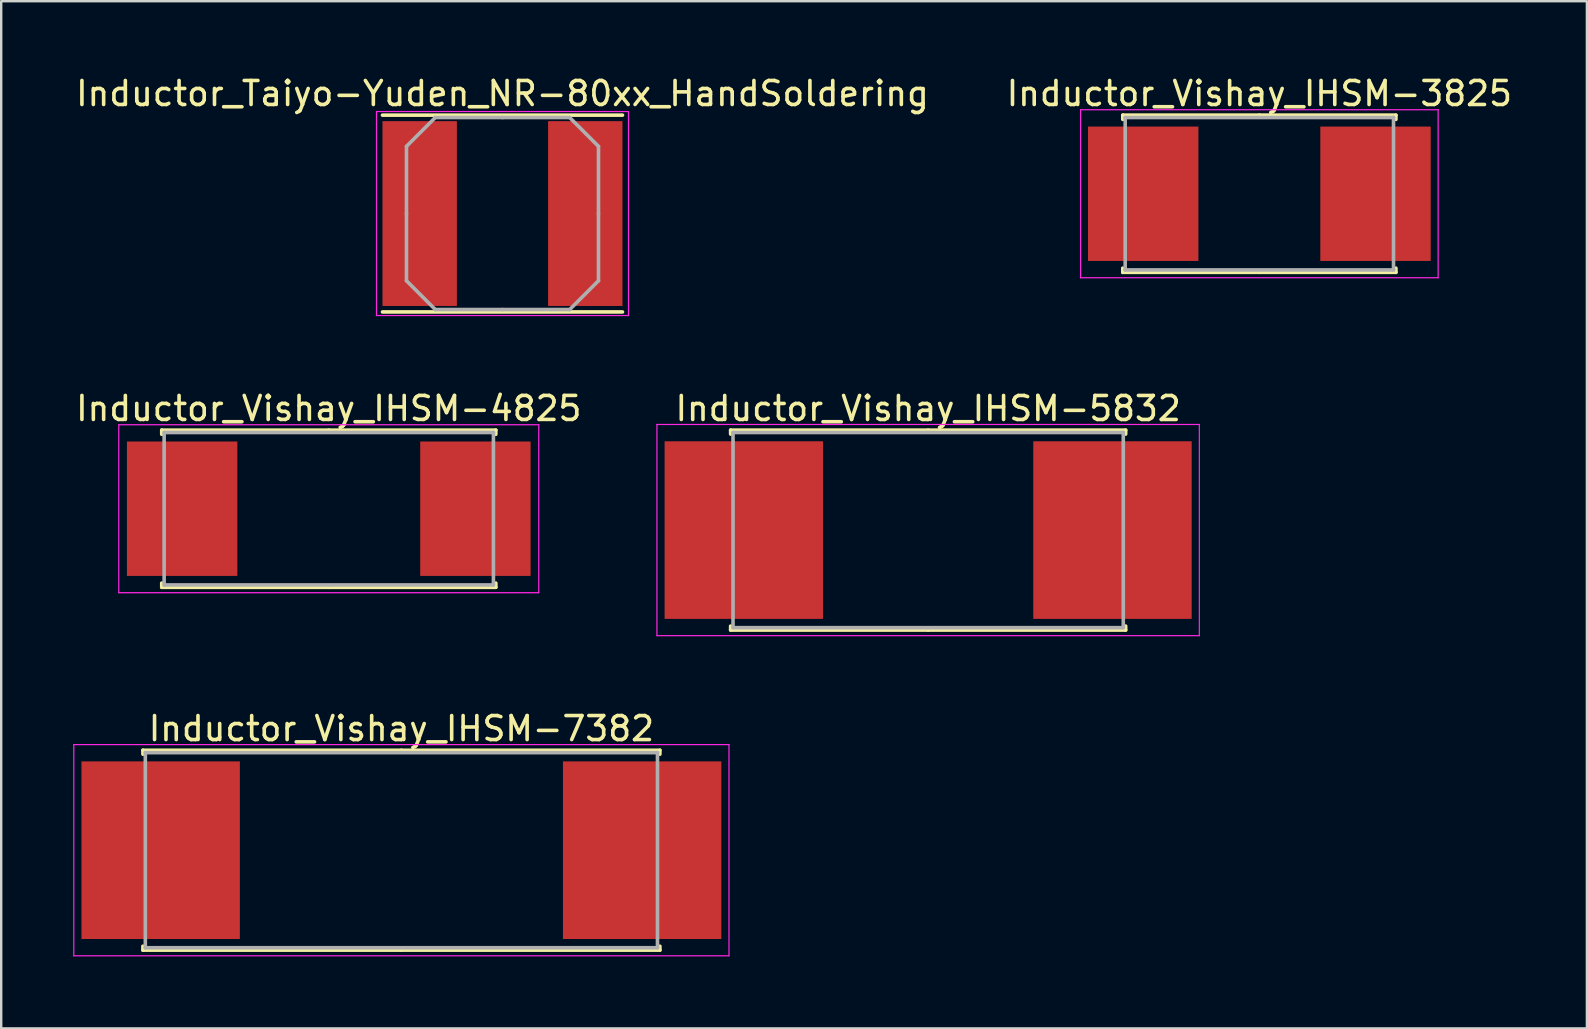
<source format=kicad_pcb>
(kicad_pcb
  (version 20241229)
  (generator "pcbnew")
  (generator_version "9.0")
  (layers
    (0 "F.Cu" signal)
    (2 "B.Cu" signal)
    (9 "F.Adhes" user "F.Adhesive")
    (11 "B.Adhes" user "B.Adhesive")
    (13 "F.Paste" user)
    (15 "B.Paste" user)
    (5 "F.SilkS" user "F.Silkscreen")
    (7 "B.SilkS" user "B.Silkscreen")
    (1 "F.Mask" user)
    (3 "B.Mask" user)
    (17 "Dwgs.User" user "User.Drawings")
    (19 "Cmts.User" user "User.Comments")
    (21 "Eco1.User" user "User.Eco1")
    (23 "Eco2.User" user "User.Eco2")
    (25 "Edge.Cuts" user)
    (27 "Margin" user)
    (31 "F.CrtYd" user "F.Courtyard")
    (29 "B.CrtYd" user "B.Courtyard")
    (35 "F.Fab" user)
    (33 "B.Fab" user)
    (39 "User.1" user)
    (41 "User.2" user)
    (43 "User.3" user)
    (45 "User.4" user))
  (footprint "Inductor_Vishay_IHSM-3825"
    (layer "F.Cu")
    (at 49.423 5.023)
    (property "Reference" "Inductor_Vishay_IHSM-3825" (at 0 -4.175 0) (layer "F.SilkS") (effects (font (size 1 1) (thickness 0.15))))
    (attr smd)
    (fp_line (start -5.69 -3.275) (end 0 -3.275) (stroke (width 0.15) (type solid)) (layer "F.SilkS"))
    (fp_line (start -5.69 -3.1) (end -5.69 -3.275) (stroke (width 0.15) (type solid)) (layer "F.SilkS"))
    (fp_line (start -5.69 3.1) (end -5.69 3.275) (stroke (width 0.15) (type solid)) (layer "F.SilkS"))
    (fp_line (start -5.69 3.275) (end 0 3.275) (stroke (width 0.15) (type solid)) (layer "F.SilkS"))
    (fp_line (start 5.69 -3.275) (end 0 -3.275) (stroke (width 0.15) (type solid)) (layer "F.SilkS"))
    (fp_line (start 5.69 -3.1) (end 5.69 -3.275) (stroke (width 0.15) (type solid)) (layer "F.SilkS"))
    (fp_line (start 5.69 3.1) (end 5.69 3.275) (stroke (width 0.15) (type solid)) (layer "F.SilkS"))
    (fp_line (start 5.69 3.275) (end 0 3.275) (stroke (width 0.15) (type solid)) (layer "F.SilkS"))
    (fp_line (start -7.45 -3.5) (end -7.45 3.5) (stroke (width 0.05) (type solid)) (layer "F.CrtYd"))
    (fp_line (start -7.45 3.5) (end 7.45 3.5) (stroke (width 0.05) (type solid)) (layer "F.CrtYd"))
    (fp_line (start 7.45 -3.5) (end -7.45 -3.5) (stroke (width 0.05) (type solid)) (layer "F.CrtYd"))
    (fp_line (start 7.45 3.5) (end 7.45 -3.5) (stroke (width 0.05) (type solid)) (layer "F.CrtYd"))
    (fp_line (start -5.59 -3.175) (end -5.59 3.175) (stroke (width 0.15) (type solid)) (layer "F.Fab"))
    (fp_line (start -5.59 3.175) (end 5.59 3.175) (stroke (width 0.15) (type solid)) (layer "F.Fab"))
    (fp_line (start 5.59 -3.175) (end -5.59 -3.175) (stroke (width 0.15) (type solid)) (layer "F.Fab"))
    (fp_line (start 5.59 3.175) (end 5.59 -3.175) (stroke (width 0.15) (type solid)) (layer "F.Fab"))
    (pad "1" smd rect (at -4.84 0) (size 4.6 5.6) (layers "F.Cu" "F.Mask" "F.Paste"))
    (pad "2" smd rect (at 4.84 0) (size 4.6 5.6) (layers "F.Cu" "F.Mask" "F.Paste")))
  (footprint "Inductor_Vishay_IHSM-7382"
    (layer "F.Cu")
    (at 13.675 32.375)
    (property "Reference" "Inductor_Vishay_IHSM-7382" (at 0 -5.065 0) (layer "F.SilkS") (effects (font (size 1 1) (thickness 0.15))))
    (attr smd)
    (fp_line (start -10.77 -4.165) (end 0 -4.165) (stroke (width 0.15) (type solid)) (layer "F.SilkS"))
    (fp_line (start -10.77 -4) (end -10.77 -4.165) (stroke (width 0.15) (type solid)) (layer "F.SilkS"))
    (fp_line (start -10.77 4) (end -10.77 4.165) (stroke (width 0.15) (type solid)) (layer "F.SilkS"))
    (fp_line (start -10.77 4.165) (end 0 4.165) (stroke (width 0.15) (type solid)) (layer "F.SilkS"))
    (fp_line (start 10.77 -4.165) (end 0 -4.165) (stroke (width 0.15) (type solid)) (layer "F.SilkS"))
    (fp_line (start 10.77 -4) (end 10.77 -4.165) (stroke (width 0.15) (type solid)) (layer "F.SilkS"))
    (fp_line (start 10.77 4) (end 10.77 4.165) (stroke (width 0.15) (type solid)) (layer "F.SilkS"))
    (fp_line (start 10.77 4.165) (end 0 4.165) (stroke (width 0.15) (type solid)) (layer "F.SilkS"))
    (fp_line (start -13.65 -4.4) (end -13.65 4.4) (stroke (width 0.05) (type solid)) (layer "F.CrtYd"))
    (fp_line (start -13.65 4.4) (end 13.65 4.4) (stroke (width 0.05) (type solid)) (layer "F.CrtYd"))
    (fp_line (start 13.65 -4.4) (end -13.65 -4.4) (stroke (width 0.05) (type solid)) (layer "F.CrtYd"))
    (fp_line (start 13.65 4.4) (end 13.65 -4.4) (stroke (width 0.05) (type solid)) (layer "F.CrtYd"))
    (fp_line (start -10.67 -4.065) (end -10.67 4.065) (stroke (width 0.15) (type solid)) (layer "F.Fab"))
    (fp_line (start -10.67 4.065) (end 10.67 4.065) (stroke (width 0.15) (type solid)) (layer "F.Fab"))
    (fp_line (start 10.67 -4.065) (end -10.67 -4.065) (stroke (width 0.15) (type solid)) (layer "F.Fab"))
    (fp_line (start 10.67 4.065) (end 10.67 -4.065) (stroke (width 0.15) (type solid)) (layer "F.Fab"))
    (pad "1" smd rect (at -10.031 0) (size 6.6 7.4) (layers "F.Cu" "F.Mask" "F.Paste"))
    (pad "2" smd rect (at 10.031 0) (size 6.6 7.4) (layers "F.Cu" "F.Mask" "F.Paste")))
  (footprint "Inductor_Vishay_IHSM-4825"
    (layer "F.Cu")
    (at 10.649 18.146)
    (property "Reference" "Inductor_Vishay_IHSM-4825" (at 0 -4.175 0) (layer "F.SilkS") (effects (font (size 1 1) (thickness 0.15))))
    (attr smd)
    (fp_line (start -6.96 -3.275) (end 0 -3.275) (stroke (width 0.15) (type solid)) (layer "F.SilkS"))
    (fp_line (start -6.96 -3.1) (end -6.96 -3.275) (stroke (width 0.15) (type solid)) (layer "F.SilkS"))
    (fp_line (start -6.96 3.1) (end -6.96 3.275) (stroke (width 0.15) (type solid)) (layer "F.SilkS"))
    (fp_line (start -6.96 3.275) (end 0 3.275) (stroke (width 0.15) (type solid)) (layer "F.SilkS"))
    (fp_line (start 6.96 -3.275) (end 0 -3.275) (stroke (width 0.15) (type solid)) (layer "F.SilkS"))
    (fp_line (start 6.96 -3.1) (end 6.96 -3.275) (stroke (width 0.15) (type solid)) (layer "F.SilkS"))
    (fp_line (start 6.96 3.1) (end 6.96 3.275) (stroke (width 0.15) (type solid)) (layer "F.SilkS"))
    (fp_line (start 6.96 3.275) (end 0 3.275) (stroke (width 0.15) (type solid)) (layer "F.SilkS"))
    (fp_line (start -8.75 -3.5) (end -8.75 3.5) (stroke (width 0.05) (type solid)) (layer "F.CrtYd"))
    (fp_line (start -8.75 3.5) (end 8.75 3.5) (stroke (width 0.05) (type solid)) (layer "F.CrtYd"))
    (fp_line (start 8.75 -3.5) (end -8.75 -3.5) (stroke (width 0.05) (type solid)) (layer "F.CrtYd"))
    (fp_line (start 8.75 3.5) (end 8.75 -3.5) (stroke (width 0.05) (type solid)) (layer "F.CrtYd"))
    (fp_line (start -6.86 -3.175) (end -6.86 3.175) (stroke (width 0.15) (type solid)) (layer "F.Fab"))
    (fp_line (start -6.86 3.175) (end 6.86 3.175) (stroke (width 0.15) (type solid)) (layer "F.Fab"))
    (fp_line (start 6.86 -3.175) (end -6.86 -3.175) (stroke (width 0.15) (type solid)) (layer "F.Fab"))
    (fp_line (start 6.86 3.175) (end 6.86 -3.175) (stroke (width 0.15) (type solid)) (layer "F.Fab"))
    (pad "1" smd rect (at -6.11 0) (size 4.6 5.6) (layers "F.Cu" "F.Mask" "F.Paste"))
    (pad "2" smd rect (at 6.11 0) (size 4.6 5.6) (layers "F.Cu" "F.Mask" "F.Paste")))
  (footprint "Inductor_Vishay_IHSM-5832"
    (layer "F.Cu")
    (at 35.623 19.037)
    (property "Reference" "Inductor_Vishay_IHSM-5832" (at 0 -5.065 0) (layer "F.SilkS") (effects (font (size 1 1) (thickness 0.15))))
    (attr smd)
    (fp_line (start -8.23 -4.165) (end 0 -4.165) (stroke (width 0.15) (type solid)) (layer "F.SilkS"))
    (fp_line (start -8.23 -4) (end -8.23 -4.165) (stroke (width 0.15) (type solid)) (layer "F.SilkS"))
    (fp_line (start -8.23 4) (end -8.23 4.165) (stroke (width 0.15) (type solid)) (layer "F.SilkS"))
    (fp_line (start -8.23 4.165) (end 0 4.165) (stroke (width 0.15) (type solid)) (layer "F.SilkS"))
    (fp_line (start 8.23 -4.165) (end 0 -4.165) (stroke (width 0.15) (type solid)) (layer "F.SilkS"))
    (fp_line (start 8.23 -4) (end 8.23 -4.165) (stroke (width 0.15) (type solid)) (layer "F.SilkS"))
    (fp_line (start 8.23 4) (end 8.23 4.165) (stroke (width 0.15) (type solid)) (layer "F.SilkS"))
    (fp_line (start 8.23 4.165) (end 0 4.165) (stroke (width 0.15) (type solid)) (layer "F.SilkS"))
    (fp_line (start -11.3 -4.4) (end -11.3 4.4) (stroke (width 0.05) (type solid)) (layer "F.CrtYd"))
    (fp_line (start -11.3 4.4) (end 11.3 4.4) (stroke (width 0.05) (type solid)) (layer "F.CrtYd"))
    (fp_line (start 11.3 -4.4) (end -11.3 -4.4) (stroke (width 0.05) (type solid)) (layer "F.CrtYd"))
    (fp_line (start 11.3 4.4) (end 11.3 -4.4) (stroke (width 0.05) (type solid)) (layer "F.CrtYd"))
    (fp_line (start -8.13 -4.065) (end -8.13 4.065) (stroke (width 0.15) (type solid)) (layer "F.Fab"))
    (fp_line (start -8.13 4.065) (end 8.13 4.065) (stroke (width 0.15) (type solid)) (layer "F.Fab"))
    (fp_line (start 8.13 -4.065) (end -8.13 -4.065) (stroke (width 0.15) (type solid)) (layer "F.Fab"))
    (fp_line (start 8.13 4.065) (end 8.13 -4.065) (stroke (width 0.15) (type solid)) (layer "F.Fab"))
    (pad "1" smd rect (at -7.681 0) (size 6.6 7.4) (layers "F.Cu" "F.Mask" "F.Paste"))
    (pad "2" smd rect (at 7.681 0) (size 6.6 7.4) (layers "F.Cu" "F.Mask" "F.Paste")))
  (footprint "Inductor_Taiyo-Yuden_NR-80xx_HandSoldering"
    (layer "F.Cu")
    (at 17.887 5.848)
    (property "Reference" "Inductor_Taiyo-Yuden_NR-80xx_HandSoldering" (at 0 -5 0) (layer "F.SilkS") (effects (font (size 1 1) (thickness 0.15))))
    (attr smd)
    (fp_line (start -5 -4.1) (end 5 -4.1) (stroke (width 0.15) (type solid)) (layer "F.SilkS"))
    (fp_line (start -5 4.1) (end 5 4.1) (stroke (width 0.15) (type solid)) (layer "F.SilkS"))
    (fp_line (start -5.25 -4.25) (end -5.25 4.25) (stroke (width 0.05) (type solid)) (layer "F.CrtYd"))
    (fp_line (start -5.25 4.25) (end 5.25 4.25) (stroke (width 0.05) (type solid)) (layer "F.CrtYd"))
    (fp_line (start 5.25 -4.25) (end -5.25 -4.25) (stroke (width 0.05) (type solid)) (layer "F.CrtYd"))
    (fp_line (start 5.25 4.25) (end 5.25 -4.25) (stroke (width 0.05) (type solid)) (layer "F.CrtYd"))
    (fp_line (start -4 -2.8) (end -2.8 -4) (stroke (width 0.15) (type solid)) (layer "F.Fab"))
    (fp_line (start -4 0) (end -4 -2.8) (stroke (width 0.15) (type solid)) (layer "F.Fab"))
    (fp_line (start -4 0) (end -4 2.8) (stroke (width 0.15) (type solid)) (layer "F.Fab"))
    (fp_line (start -4 2.8) (end -2.8 4) (stroke (width 0.15) (type solid)) (layer "F.Fab"))
    (fp_line (start -2.8 -4) (end 0 -4) (stroke (width 0.15) (type solid)) (layer "F.Fab"))
    (fp_line (start -2.8 4) (end 0 4) (stroke (width 0.15) (type solid)) (layer "F.Fab"))
    (fp_line (start 2.8 -4) (end 0 -4) (stroke (width 0.15) (type solid)) (layer "F.Fab"))
    (fp_line (start 2.8 4) (end 0 4) (stroke (width 0.15) (type solid)) (layer "F.Fab"))
    (fp_line (start 4 -2.8) (end 2.8 -4) (stroke (width 0.15) (type solid)) (layer "F.Fab"))
    (fp_line (start 4 0) (end 4 -2.8) (stroke (width 0.15) (type solid)) (layer "F.Fab"))
    (fp_line (start 4 0) (end 4 2.8) (stroke (width 0.15) (type solid)) (layer "F.Fab"))
    (fp_line (start 4 2.8) (end 2.8 4) (stroke (width 0.15) (type solid)) (layer "F.Fab"))
    (pad "1" smd rect (at -3.45 0) (size 3.1 7.7) (layers "F.Cu" "F.Mask" "F.Paste"))
    (pad "2" smd rect (at 3.45 0) (size 3.1 7.7) (layers "F.Cu" "F.Mask" "F.Paste")))
  (gr_rect
    (start -3 -3)
    (end 63.071 39.8)
    (stroke (width 0.1) (type default))
    (fill no)
    (layer "Edge.Cuts")))
</source>
